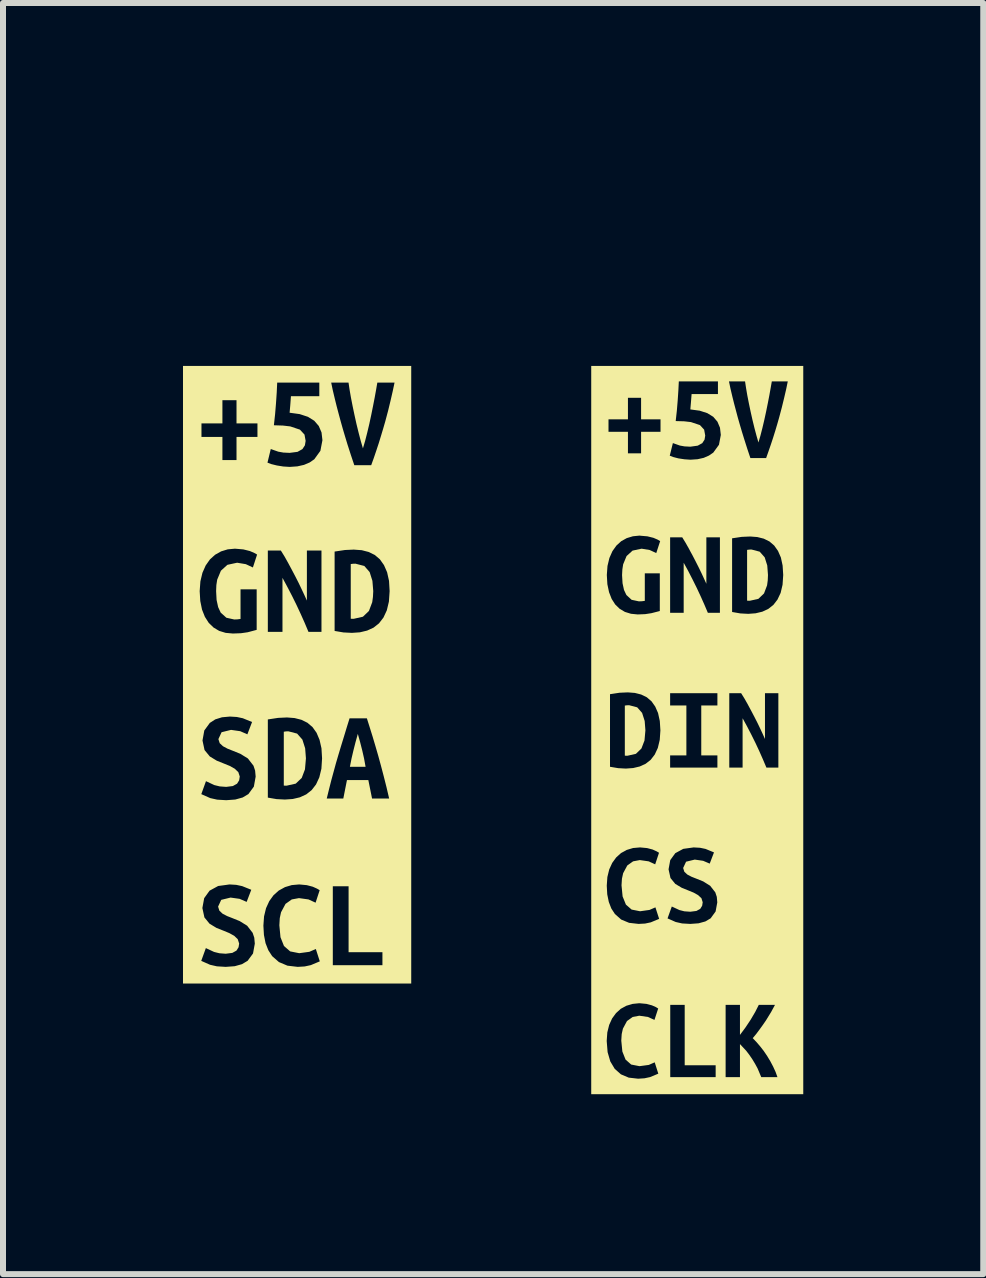
<source format=kicad_pcb>
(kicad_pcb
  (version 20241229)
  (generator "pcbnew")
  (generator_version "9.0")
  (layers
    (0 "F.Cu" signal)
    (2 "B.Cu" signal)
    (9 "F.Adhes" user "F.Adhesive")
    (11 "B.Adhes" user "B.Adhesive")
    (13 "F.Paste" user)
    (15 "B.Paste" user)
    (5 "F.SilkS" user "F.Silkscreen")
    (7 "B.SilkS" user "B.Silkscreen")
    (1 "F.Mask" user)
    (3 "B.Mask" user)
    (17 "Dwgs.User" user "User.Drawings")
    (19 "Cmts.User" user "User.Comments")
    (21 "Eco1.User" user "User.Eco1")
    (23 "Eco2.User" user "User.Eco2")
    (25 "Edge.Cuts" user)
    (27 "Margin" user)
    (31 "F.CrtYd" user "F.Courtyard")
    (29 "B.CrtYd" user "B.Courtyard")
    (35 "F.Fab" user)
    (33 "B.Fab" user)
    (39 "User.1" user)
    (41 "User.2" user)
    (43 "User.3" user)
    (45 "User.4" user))
  (footprint "kibuzzard-646134AD"
    (layer "F.Cu")
    (at 8.571 9.118)
    (property "Reference" "kibuzzard-646134AD" (at 0 -9.117 0) (layer "F.SilkS") (effects (font (size 0.001 0.001) (thickness 0.15))))
    (attr board_only exclude_from_pos_files exclude_from_bom)
    (fp_poly (pts (xy -1.207 0.426) (xy -1.185 0.428) (xy -1.163 0.428) (xy -1.022 0.396) (xy -0.93 0.307) (xy -0.879 0.174) (xy -0.864 0.005) (xy -0.876 -0.151) (xy -0.919 -0.286) (xy -1.001 -0.379) (xy -1.135 -0.414) (xy -1.171 -0.413) (xy -1.207 -0.408) (xy -1.207 0.426)) (stroke (width 0) (type solid)) (fill yes) (layer "F.SilkS"))
    (fp_poly (pts (xy 0.831 -2.157) (xy 0.854 -2.155) (xy 0.876 -2.155) (xy 1.019 -2.187) (xy 1.113 -2.277) (xy 1.164 -2.412) (xy 1.175 -2.494) (xy 1.179 -2.584) (xy 1.167 -2.743) (xy 1.124 -2.879) (xy 1.041 -2.973) (xy 0.905 -3.009) (xy 0.868 -3.008) (xy 0.831 -3.003) (xy 0.831 -2.157)) (stroke (width 0) (type solid)) (fill yes) (layer "F.SilkS"))
    (fp_poly (pts (xy -1.509 -6.069) (xy -1.767 -6.069) (xy -1.767 6.069) (xy -1.509 6.069) (xy -0.985 6.069) (xy -0.985 5.811) (xy -1.142 5.793) (xy -1.272 5.738) (xy -1.375 5.647) (xy -1.449 5.523) (xy -1.494 5.368) (xy -1.509 5.182) (xy -1.499 5.04) (xy -1.468 4.915) (xy -1.419 4.807) (xy -1.354 4.718) (xy -1.275 4.646) (xy -1.181 4.595) (xy -1.076 4.564) (xy -0.977 4.554) (xy -0.977 3.231) (xy -1.136 3.213) (xy -1.268 3.158) (xy -1.372 3.066) (xy -1.432 2.974) (xy -1.474 2.865) (xy -1.5 2.738) (xy -1.508 2.594) (xy -1.498 2.45) (xy -1.467 2.323) (xy -1.417 2.214) (xy -1.351 2.123) (xy -1.27 2.05) (xy -1.189 2.006) (xy -1.189 0.642) (xy -1.318 0.635) (xy -1.454 0.612) (xy -1.454 -0.598) (xy -1.295 -0.622) (xy -1.157 -0.628) (xy -1.04 -0.619) (xy -0.992 -0.607) (xy -0.992 -1.927) (xy -1.104 -1.938) (xy -1.205 -1.969) (xy -1.293 -2.021) (xy -1.367 -2.093) (xy -1.426 -2.185) (xy -1.47 -2.298) (xy -1.498 -2.431) (xy -1.507 -2.584) (xy -1.496 -2.735) (xy -1.464 -2.868) (xy -1.414 -2.981) (xy -1.348 -3.074) (xy -1.268 -3.147) (xy -1.175 -3.199) (xy -1.072 -3.23) (xy -0.962 -3.241) (xy -0.936 -3.238) (xy -0.936 -4.612) (xy -1.155 -4.612) (xy -1.155 -4.971) (xy -1.479 -4.971) (xy -1.479 -5.179) (xy -1.155 -5.179) (xy -1.155 -5.538) (xy -0.936 -5.538) (xy -0.936 -5.179) (xy -0.612 -5.179) (xy -0.612 -4.971) (xy -0.936 -4.971) (xy -0.936 -4.612) (xy -0.936 -3.238) (xy -0.831 -3.229) (xy -0.73 -3.204) (xy -0.66 -3.174) (xy -0.618 -3.149) (xy -0.683 -2.95) (xy -0.793 -3.001) (xy -0.927 -3.023) (xy -1.078 -2.991) (xy -1.178 -2.9) (xy -1.235 -2.762) (xy -1.248 -2.677) (xy -1.253 -2.584) (xy -1.245 -2.447) (xy -1.221 -2.336) (xy -1.181 -2.251) (xy -1.094 -2.171) (xy -0.972 -2.145) (xy -0.923 -2.147) (xy -0.874 -2.153) (xy -0.874 -2.612) (xy -0.624 -2.612) (xy -0.624 -1.984) (xy -0.764 -1.948) (xy -0.868 -1.932) (xy -0.992 -1.927) (xy -0.992 -0.607) (xy -0.934 -0.592) (xy -0.84 -0.546) (xy -0.762 -0.479) (xy -0.7 -0.391) (xy -0.653 -0.283) (xy -0.624 -0.151) (xy -0.614 0.005) (xy -0.625 0.164) (xy -0.657 0.298) (xy -0.708 0.408) (xy -0.776 0.496) (xy -0.86 0.562) (xy -0.958 0.607) (xy -1.068 0.633) (xy -1.189 0.642) (xy -1.189 2.006) (xy -1.176 1.998) (xy -1.069 1.966) (xy -0.953 1.956) (xy -0.836 1.967) (xy -0.744 1.991) (xy -0.678 2.021) (xy -0.637 2.045) (xy -0.701 2.238) (xy -0.81 2.188) (xy -0.957 2.167) (xy -1.069 2.188) (xy -1.166 2.257) (xy -1.235 2.386) (xy -1.255 2.477) (xy -1.262 2.588) (xy -1.244 2.773) (xy -1.189 2.909) (xy -1.094 2.992) (xy -0.953 3.02) (xy -0.796 2.998) (xy -0.697 2.955) (xy -0.635 3.147) (xy -0.775 3.205) (xy -0.869 3.225) (xy -0.977 3.231) (xy -0.977 4.554) (xy -0.962 4.553) (xy -0.846 4.564) (xy -0.756 4.588) (xy -0.69 4.617) (xy -0.651 4.641) (xy -0.713 4.831) (xy -0.821 4.782) (xy -0.966 4.761) (xy -1.076 4.782) (xy -1.171 4.85) (xy -1.239 4.977) (xy -1.259 5.067) (xy -1.266 5.176) (xy -1.248 5.358) (xy -1.195 5.492) (xy -1.101 5.575) (xy -0.962 5.602) (xy -0.807 5.581) (xy -0.709 5.538) (xy -0.649 5.727) (xy -0.786 5.784) (xy -0.879 5.804) (xy -0.985 5.811) (xy -0.985 6.069) (xy 0.307 6.069) (xy 0.307 5.785) (xy -0.45 5.785) (xy -0.45 4.58) (xy -0.209 4.58) (xy -0.209 5.587) (xy -0.116 5.587) (xy -0.116 3.231) (xy -0.253 3.223) (xy -0.359 3.199) (xy -0.495 3.139) (xy -0.424 2.941) (xy -0.297 3) (xy -0.215 3.021) (xy -0.116 3.028) (xy -0.014 3.015) (xy 0.05 2.98) (xy 0.082 2.928) (xy 0.091 2.87) (xy 0.07 2.803) (xy 0.014 2.751) (xy -0.061 2.709) (xy -0.144 2.675) (xy -0.258 2.629) (xy -0.366 2.564) (xy -0.446 2.466) (xy -0.478 2.321) (xy -0.452 2.179) (xy -0.452 0.626) (xy -0.452 0.422) (xy -0.181 0.422) (xy -0.181 -0.41) (xy -0.452 -0.41) (xy -0.452 -0.614) (xy 0.177 -0.614) (xy 0.177 -1.954) (xy 0.118 -2.093) (xy 0.056 -2.232) (xy -0.009 -2.371) (xy -0.078 -2.51) (xy -0.15 -2.65) (xy -0.226 -2.789) (xy -0.226 -1.954) (xy -0.452 -1.954) (xy -0.452 -3.212) (xy -0.25 -3.212) (xy -0.193 -3.119) (xy -0.136 -3.018) (xy -0.113 -2.974) (xy -0.113 -4.506) (xy -0.214 -4.513) (xy -0.313 -4.528) (xy -0.399 -4.55) (xy -0.458 -4.573) (xy -0.406 -4.783) (xy -0.29 -4.742) (xy -0.212 -4.728) (xy -0.115 -4.723) (xy 0.008 -4.74) (xy 0.084 -4.782) (xy 0.122 -4.841) (xy 0.133 -4.909) (xy 0.115 -5.007) (xy 0.045 -5.083) (xy -0.105 -5.133) (xy -0.217 -5.146) (xy -0.359 -5.15) (xy -0.34 -5.322) (xy -0.326 -5.49) (xy -0.315 -5.653) (xy -0.307 -5.811) (xy 0.345 -5.811) (xy 0.345 -5.6) (xy -0.094 -5.6) (xy -0.105 -5.462) (xy -0.115 -5.344) (xy 0.041 -5.323) (xy 0.168 -5.282) (xy 0.267 -5.221) (xy 0.337 -5.139) (xy 0.379 -5.039) (xy 0.393 -4.919) (xy 0.362 -4.755) (xy 0.267 -4.624) (xy 0.195 -4.575) (xy 0.108 -4.537) (xy 0.005 -4.514) (xy -0.113 -4.506) (xy -0.113 -2.974) (xy -0.08 -2.914) (xy -0.026 -2.81) (xy 0.026 -2.707) (xy 0.074 -2.608) (xy 0.116 -2.517) (xy 0.152 -2.438) (xy 0.152 -3.212) (xy 0.378 -3.212) (xy 0.378 -1.954) (xy 0.177 -1.954) (xy 0.177 -0.614) (xy 0.336 -0.614) (xy 0.336 -0.41) (xy 0.067 -0.41) (xy 0.067 0.422) (xy 0.336 0.422) (xy 0.336 0.626) (xy -0.452 0.626) (xy -0.452 2.179) (xy -0.45 2.168) (xy -0.366 2.052) (xy -0.233 1.98) (xy -0.059 1.956) (xy 0.047 1.962) (xy 0.138 1.981) (xy 0.279 2.039) (xy 0.208 2.226) (xy 0.098 2.179) (xy -0.041 2.159) (xy -0.186 2.194) (xy -0.235 2.299) (xy -0.215 2.362) (xy -0.164 2.409) (xy -0.095 2.445) (xy -0.019 2.475) (xy 0.1 2.523) (xy 0.215 2.595) (xy 0.301 2.705) (xy 0.326 2.78) (xy 0.334 2.872) (xy 0.306 3.024) (xy 0.223 3.138) (xy 0.135 3.19) (xy 0.022 3.221) (xy -0.116 3.231) (xy -0.116 5.587) (xy 0.307 5.587) (xy 0.307 5.785) (xy 0.307 6.069) (xy 1.067 6.069) (xy 1.067 5.785) (xy 1.005 5.638) (xy 0.963 5.561) (xy 0.917 5.485) (xy 0.867 5.412) (xy 0.815 5.344) (xy 0.712 5.234) (xy 0.712 5.785) (xy 0.473 5.785) (xy 0.473 4.58) (xy 0.712 4.58) (xy 0.712 5.081) (xy 0.802 4.96) (xy 0.89 4.828) (xy 0.967 4.697) (xy 1.026 4.58) (xy 1.153 4.58) (xy 1.153 0.626) (xy 1.095 0.489) (xy 1.034 0.351) (xy 0.97 0.214) (xy 0.902 0.077) (xy 0.831 -0.06) (xy 0.756 -0.197) (xy 0.756 0.626) (xy 0.534 0.626) (xy 0.534 -0.614) (xy 0.732 -0.614) (xy 0.789 -0.522) (xy 0.845 -0.423) (xy 0.85 -0.413) (xy 0.85 -1.937) (xy 0.719 -1.944) (xy 0.581 -1.968) (xy 0.581 -3.196) (xy 0.742 -3.22) (xy 0.882 -3.226) (xy 0.886 -3.226) (xy 0.886 -4.533) (xy 0.835 -4.685) (xy 0.781 -4.855) (xy 0.744 -4.975) (xy 0.709 -5.094) (xy 0.675 -5.213) (xy 0.644 -5.33) (xy 0.614 -5.443) (xy 0.587 -5.551) (xy 0.553 -5.695) (xy 0.529 -5.811) (xy 0.797 -5.811) (xy 0.813 -5.704) (xy 0.834 -5.581) (xy 0.86 -5.448) (xy 0.889 -5.31) (xy 0.92 -5.172) (xy 0.953 -5.036) (xy 0.987 -4.908) (xy 1.02 -4.793) (xy 1.053 -4.906) (xy 1.086 -5.034) (xy 1.118 -5.17) (xy 1.148 -5.308) (xy 1.176 -5.446) (xy 1.202 -5.58) (xy 1.224 -5.703) (xy 1.243 -5.811) (xy 1.509 -5.811) (xy 1.482 -5.68) (xy 1.448 -5.534) (xy 1.41 -5.378) (xy 1.366 -5.213) (xy 1.334 -5.1) (xy 1.3 -4.986) (xy 1.264 -4.871) (xy 1.226 -4.756) (xy 1.187 -4.643) (xy 1.148 -4.533) (xy 0.886 -4.533) (xy 0.886 -3.226) (xy 1.001 -3.217) (xy 1.109 -3.19) (xy 1.204 -3.143) (xy 1.283 -3.075) (xy 1.346 -2.986) (xy 1.394 -2.876) (xy 1.423 -2.742) (xy 1.433 -2.584) (xy 1.422 -2.422) (xy 1.39 -2.286) (xy 1.337 -2.174) (xy 1.269 -2.086) (xy 1.184 -2.019) (xy 1.085 -1.973) (xy 0.972 -1.946) (xy 0.85 -1.937) (xy 0.85 -0.413) (xy 0.9 -0.32) (xy 0.954 -0.217) (xy 1.005 -0.117) (xy 1.052 -0.019) (xy 1.094 0.071) (xy 1.129 0.149) (xy 1.129 -0.614) (xy 1.352 -0.614) (xy 1.352 0.626) (xy 1.153 0.626) (xy 1.153 4.58) (xy 1.296 4.58) (xy 1.231 4.7) (xy 1.145 4.84) (xy 1.094 4.914) (xy 1.04 4.989) (xy 0.984 5.064) (xy 0.925 5.135) (xy 0.985 5.198) (xy 1.047 5.27) (xy 1.108 5.348) (xy 1.165 5.432) (xy 1.218 5.52) (xy 1.265 5.609) (xy 1.306 5.699) (xy 1.337 5.785) (xy 1.067 5.785) (xy 1.067 6.069) (xy 1.509 6.069) (xy 1.767 6.069) (xy 1.767 -6.069) (xy 1.509 -6.069) (xy -1.509 -6.069)) (stroke (width 0) (type solid)) (fill yes) (layer "F.SilkS")))
  (footprint "kibuzzard-646132D7"
    (layer "F.Cu")
    (at 1.902 8.196)
    (property "Reference" "kibuzzard-646132D7" (at 0 -8.195 0) (layer "F.SilkS") (effects (font (size 0.001 0.001) (thickness 0.15))))
    (attr board_only exclude_from_pos_files exclude_from_bom)
    (fp_poly (pts (xy 1.012 0.986) (xy 0.972 1.13) (xy 0.938 1.264) (xy 0.907 1.396) (xy 0.88 1.534) (xy 1.141 1.534) (xy 1.116 1.396) (xy 1.086 1.264) (xy 1.052 1.13) (xy 1.012 0.986)) (stroke (width 0) (type solid)) (fill yes) (layer "F.SilkS"))
    (fp_poly (pts (xy -0.222 1.847) (xy -0.199 1.849) (xy -0.175 1.849) (xy -0.023 1.815) (xy 0.077 1.72) (xy 0.131 1.577) (xy 0.147 1.394) (xy 0.134 1.226) (xy 0.088 1.081) (xy -0.000042 0.981) (xy -0.145 0.943) (xy -0.183 0.944) (xy -0.222 0.95) (xy -0.222 1.847)) (stroke (width 0) (type solid)) (fill yes) (layer "F.SilkS"))
    (fp_poly (pts (xy 0.894 -0.934) (xy 0.918 -0.932) (xy 0.942 -0.932) (xy 1.097 -0.967) (xy 1.197 -1.063) (xy 1.252 -1.209) (xy 1.264 -1.297) (xy 1.269 -1.394) (xy 1.255 -1.565) (xy 1.209 -1.711) (xy 1.12 -1.813) (xy 0.973 -1.851) (xy 0.934 -1.85) (xy 0.894 -1.845) (xy 0.894 -0.934)) (stroke (width 0) (type solid)) (fill yes) (layer "F.SilkS"))
    (fp_poly (pts (xy -1.624 -5.147) (xy -1.902 -5.147) (xy -1.902 5.147) (xy -1.624 5.147) (xy -1.19 5.147) (xy -1.19 4.869) (xy -1.337 4.86) (xy -1.451 4.834) (xy -1.598 4.769) (xy -1.521 4.556) (xy -1.384 4.62) (xy -1.296 4.642) (xy -1.19 4.65) (xy -1.08 4.636) (xy -1.011 4.598) (xy -0.976 4.542) (xy -0.966 4.48) (xy -0.99 4.407) (xy -1.049 4.351) (xy -1.13 4.306) (xy -1.219 4.269) (xy -1.343 4.22) (xy -1.459 4.15) (xy -1.545 4.045) (xy -1.579 3.888) (xy -1.549 3.724) (xy -1.459 3.599) (xy -1.316 3.521) (xy -1.182 3.503) (xy -1.182 2.091) (xy -1.332 2.082) (xy -1.448 2.056) (xy -1.597 1.99) (xy -1.519 1.774) (xy -1.38 1.839) (xy -1.29 1.861) (xy -1.182 1.869) (xy -1.071 1.855) (xy -1.001 1.816) (xy -0.966 1.76) (xy -0.956 1.696) (xy -0.98 1.623) (xy -1.04 1.566) (xy -1.122 1.52) (xy -1.213 1.483) (xy -1.338 1.433) (xy -1.455 1.362) (xy -1.543 1.255) (xy -1.577 1.096) (xy -1.547 0.929) (xy -1.455 0.803) (xy -1.364 0.744) (xy -1.252 0.709) (xy -1.12 0.697) (xy -1.07 0.7) (xy -1.07 -0.687) (xy -1.191 -0.698) (xy -1.299 -0.731) (xy -1.393 -0.787) (xy -1.473 -0.865) (xy -1.537 -0.965) (xy -1.585 -1.086) (xy -1.614 -1.229) (xy -1.624 -1.394) (xy -1.612 -1.557) (xy -1.578 -1.699) (xy -1.524 -1.821) (xy -1.453 -1.922) (xy -1.367 -2) (xy -1.267 -2.056) (xy -1.156 -2.09) (xy -1.037 -2.101) (xy -1.01 -2.099) (xy -1.01 -3.578) (xy -1.245 -3.578) (xy -1.245 -3.964) (xy -1.594 -3.964) (xy -1.594 -4.189) (xy -1.245 -4.189) (xy -1.245 -4.576) (xy -1.01 -4.576) (xy -1.01 -4.189) (xy -0.661 -4.189) (xy -0.661 -3.964) (xy -1.01 -3.964) (xy -1.01 -3.578) (xy -1.01 -2.099) (xy -0.896 -2.089) (xy -0.788 -2.062) (xy -0.712 -2.029) (xy -0.667 -2.003) (xy -0.737 -1.788) (xy -0.855 -1.843) (xy -1 -1.867) (xy -1.162 -1.832) (xy -1.27 -1.734) (xy -1.332 -1.585) (xy -1.346 -1.494) (xy -1.35 -1.394) (xy -1.342 -1.246) (xy -1.316 -1.127) (xy -1.274 -1.036) (xy -1.179 -0.95) (xy -1.048 -0.921) (xy -0.996 -0.923) (xy -0.943 -0.93) (xy -0.943 -1.424) (xy -0.674 -1.424) (xy -0.674 -0.748) (xy -0.824 -0.708) (xy -0.936 -0.692) (xy -1.07 -0.687) (xy -1.07 0.7) (xy -1.005 0.704) (xy -0.905 0.725) (xy -0.751 0.788) (xy -0.829 0.993) (xy -0.948 0.941) (xy -1.101 0.919) (xy -1.259 0.958) (xy -1.312 1.073) (xy -1.29 1.141) (xy -1.235 1.192) (xy -1.16 1.232) (xy -1.077 1.265) (xy -0.946 1.318) (xy -0.821 1.395) (xy -0.727 1.516) (xy -0.7 1.598) (xy -0.691 1.698) (xy -0.721 1.865) (xy -0.812 1.989) (xy -0.908 2.046) (xy -1.031 2.08) (xy -1.182 2.091) (xy -1.182 3.503) (xy -1.128 3.495) (xy -1.014 3.502) (xy -0.916 3.523) (xy -0.764 3.584) (xy -0.841 3.786) (xy -0.959 3.735) (xy -1.109 3.714) (xy -1.265 3.752) (xy -1.317 3.865) (xy -1.296 3.932) (xy -1.242 3.983) (xy -1.167 4.022) (xy -1.085 4.054) (xy -0.957 4.106) (xy -0.833 4.183) (xy -0.741 4.302) (xy -0.714 4.383) (xy -0.705 4.482) (xy -0.735 4.646) (xy -0.825 4.768) (xy -0.919 4.824) (xy -1.04 4.858) (xy -1.19 4.869) (xy -1.19 5.147) (xy 0.01 5.147) (xy 0.01 4.869) (xy -0.161 4.849) (xy -0.303 4.789) (xy -0.416 4.69) (xy -0.48 4.591) (xy -0.526 4.474) (xy -0.553 4.337) (xy -0.562 4.182) (xy -0.551 4.027) (xy -0.518 3.891) (xy -0.464 3.773) (xy -0.393 3.675) (xy -0.306 3.597) (xy -0.204 3.541) (xy -0.203 3.54) (xy -0.203 2.08) (xy -0.342 2.073) (xy -0.488 2.048) (xy -0.488 0.745) (xy -0.317 0.719) (xy -0.168 0.712) (xy -0.042 0.722) (xy 0.072 0.751) (xy 0.173 0.801) (xy 0.189 0.815) (xy 0.189 -0.715) (xy 0.126 -0.865) (xy 0.059 -1.015) (xy -0.011 -1.165) (xy -0.085 -1.315) (xy -0.163 -1.465) (xy -0.244 -1.615) (xy -0.244 -0.715) (xy -0.488 -0.715) (xy -0.488 -2.07) (xy -0.271 -2.07) (xy -0.209 -1.97) (xy -0.148 -1.861) (xy -0.123 -1.814) (xy -0.123 -3.464) (xy -0.232 -3.471) (xy -0.338 -3.488) (xy -0.431 -3.511) (xy -0.494 -3.535) (xy -0.439 -3.762) (xy -0.314 -3.718) (xy -0.229 -3.703) (xy -0.125 -3.698) (xy 0.007 -3.715) (xy 0.089 -3.761) (xy 0.13 -3.824) (xy 0.142 -3.898) (xy 0.123 -4.003) (xy 0.047 -4.085) (xy -0.114 -4.139) (xy -0.235 -4.153) (xy -0.387 -4.158) (xy -0.367 -4.342) (xy -0.352 -4.523) (xy -0.34 -4.699) (xy -0.332 -4.869) (xy 0.37 -4.869) (xy 0.37 -4.642) (xy -0.103 -4.642) (xy -0.114 -4.493) (xy -0.125 -4.367) (xy 0.043 -4.344) (xy 0.18 -4.299) (xy 0.286 -4.233) (xy 0.361 -4.146) (xy 0.407 -4.038) (xy 0.422 -3.909) (xy 0.388 -3.732) (xy 0.286 -3.591) (xy 0.209 -3.538) (xy 0.115 -3.498) (xy 0.004 -3.473) (xy -0.123 -3.464) (xy -0.123 -1.814) (xy -0.088 -1.749) (xy -0.029 -1.637) (xy 0.027 -1.527) (xy 0.078 -1.42) (xy 0.124 -1.322) (xy 0.163 -1.236) (xy 0.163 -2.07) (xy 0.406 -2.07) (xy 0.406 -0.715) (xy 0.189 -0.715) (xy 0.189 0.815) (xy 0.257 0.873) (xy 0.324 0.967) (xy 0.374 1.085) (xy 0.406 1.226) (xy 0.416 1.394) (xy 0.405 1.566) (xy 0.37 1.71) (xy 0.315 1.829) (xy 0.242 1.923) (xy 0.152 1.994) (xy 0.046 2.043) (xy -0.073 2.071) (xy -0.203 2.08) (xy -0.203 3.54) (xy -0.089 3.506) (xy 0.035 3.495) (xy 0.162 3.507) (xy 0.261 3.533) (xy 0.332 3.565) (xy 0.376 3.591) (xy 0.308 3.799) (xy 0.19 3.745) (xy 0.031 3.723) (xy -0.089 3.745) (xy -0.193 3.819) (xy -0.268 3.959) (xy -0.289 4.056) (xy -0.296 4.176) (xy -0.277 4.375) (xy -0.219 4.521) (xy -0.116 4.611) (xy 0.035 4.641) (xy 0.204 4.618) (xy 0.312 4.571) (xy 0.378 4.777) (xy 0.228 4.84) (xy 0.126 4.862) (xy 0.01 4.869) (xy 0.01 5.147) (xy 1.422 5.147) (xy 1.422 4.841) (xy 0.595 4.841) (xy 0.595 3.525) (xy 0.858 3.525) (xy 0.858 4.624) (xy 1.249 4.624) (xy 1.249 2.063) (xy 1.187 1.755) (xy 0.831 1.755) (xy 0.77 2.063) (xy 0.494 2.063) (xy 0.532 1.908) (xy 0.57 1.758) (xy 0.609 1.615) (xy 0.647 1.476) (xy 0.686 1.343) (xy 0.734 1.183) (xy 0.782 1.027) (xy 0.828 0.875) (xy 0.874 0.727) (xy 0.914 0.727) (xy 0.914 -0.698) (xy 0.773 -0.705) (xy 0.625 -0.73) (xy 0.625 -2.053) (xy 0.798 -2.079) (xy 0.949 -2.086) (xy 0.953 -2.085) (xy 0.953 -3.493) (xy 0.898 -3.657) (xy 0.839 -3.84) (xy 0.8 -3.969) (xy 0.762 -4.097) (xy 0.726 -4.225) (xy 0.692 -4.351) (xy 0.66 -4.472) (xy 0.631 -4.589) (xy 0.594 -4.744) (xy 0.568 -4.869) (xy 0.857 -4.869) (xy 0.874 -4.754) (xy 0.897 -4.621) (xy 0.925 -4.478) (xy 0.956 -4.33) (xy 0.989 -4.181) (xy 1.025 -4.034) (xy 1.061 -3.896) (xy 1.097 -3.773) (xy 1.133 -3.895) (xy 1.168 -4.032) (xy 1.203 -4.179) (xy 1.235 -4.328) (xy 1.265 -4.476) (xy 1.293 -4.62) (xy 1.317 -4.753) (xy 1.337 -4.869) (xy 1.624 -4.869) (xy 1.594 -4.728) (xy 1.558 -4.571) (xy 1.517 -4.402) (xy 1.47 -4.225) (xy 1.435 -4.104) (xy 1.398 -3.981) (xy 1.36 -3.857) (xy 1.319 -3.733) (xy 1.278 -3.612) (xy 1.235 -3.493) (xy 0.953 -3.493) (xy 0.953 -2.085) (xy 1.077 -2.076) (xy 1.193 -2.046) (xy 1.295 -1.996) (xy 1.38 -1.923) (xy 1.448 -1.827) (xy 1.5 -1.708) (xy 1.532 -1.564) (xy 1.542 -1.394) (xy 1.53 -1.219) (xy 1.495 -1.073) (xy 1.439 -0.953) (xy 1.365 -0.857) (xy 1.274 -0.785) (xy 1.167 -0.736) (xy 1.046 -0.707) (xy 0.914 -0.698) (xy 0.914 0.727) (xy 1.163 0.727) (xy 1.21 0.876) (xy 1.258 1.03) (xy 1.305 1.188) (xy 1.352 1.35) (xy 1.398 1.518) (xy 1.444 1.693) (xy 1.49 1.875) (xy 1.534 2.063) (xy 1.249 2.063) (xy 1.249 4.624) (xy 1.422 4.624) (xy 1.422 4.841) (xy 1.422 5.147) (xy 1.624 5.147) (xy 1.902 5.147) (xy 1.902 -5.147) (xy 1.624 -5.147) (xy -1.624 -5.147)) (stroke (width 0) (type solid)) (fill yes) (layer "F.SilkS")))
  (gr_rect
    (start -3 -3)
    (end 13.338 18.186)
    (stroke (width 0.1) (type default))
    (fill no)
    (layer "Edge.Cuts")))
</source>
